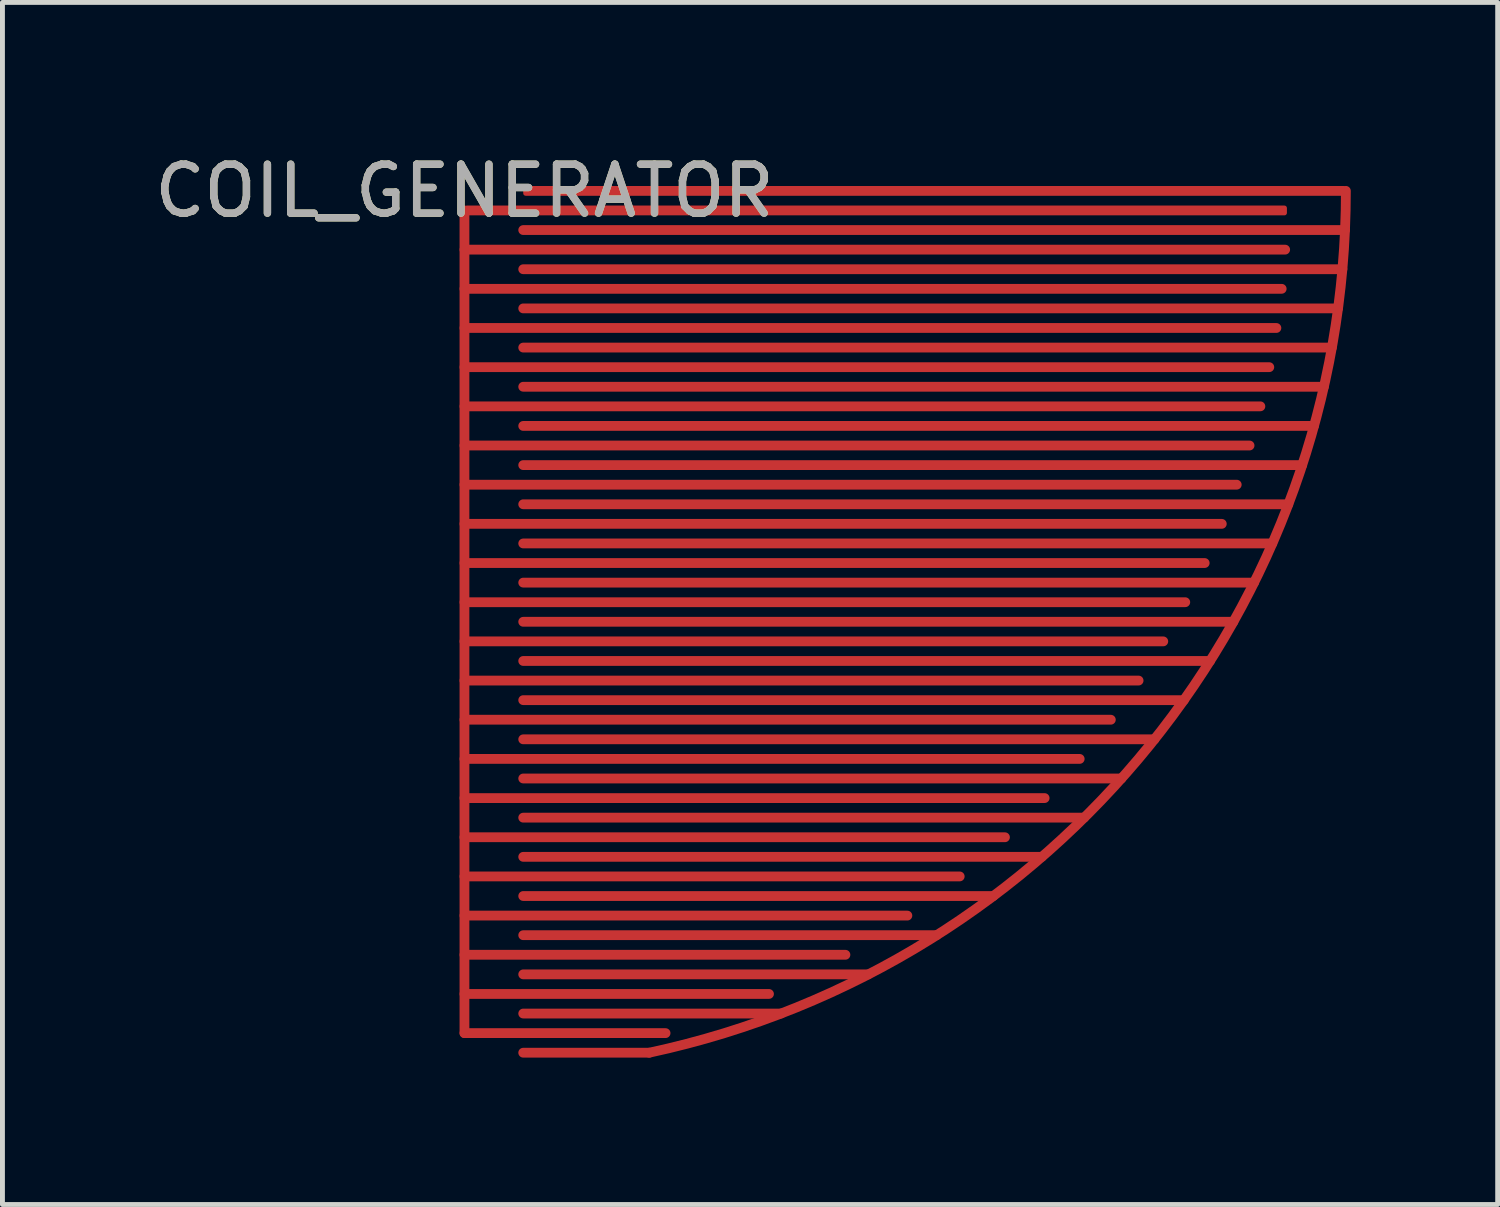
<source format=kicad_pcb>
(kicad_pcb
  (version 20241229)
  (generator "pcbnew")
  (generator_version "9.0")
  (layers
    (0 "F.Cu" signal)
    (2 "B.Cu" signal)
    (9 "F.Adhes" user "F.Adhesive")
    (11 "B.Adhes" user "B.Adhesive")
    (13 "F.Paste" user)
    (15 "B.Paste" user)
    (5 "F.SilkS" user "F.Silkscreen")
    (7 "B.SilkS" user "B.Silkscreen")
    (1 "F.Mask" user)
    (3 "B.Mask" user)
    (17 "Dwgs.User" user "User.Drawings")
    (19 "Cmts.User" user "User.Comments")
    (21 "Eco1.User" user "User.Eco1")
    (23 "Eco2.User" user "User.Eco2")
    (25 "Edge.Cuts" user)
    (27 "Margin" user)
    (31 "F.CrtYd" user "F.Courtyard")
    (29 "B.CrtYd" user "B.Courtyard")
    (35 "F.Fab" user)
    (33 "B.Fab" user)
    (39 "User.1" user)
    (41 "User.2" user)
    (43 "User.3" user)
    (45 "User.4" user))
  (footprint "COIL_GENERATOR"
    (layer "F.Cu")
    (at 6.435 0.848)
    (property "Reference" "COIL_GENERATOR" (at 0 0 0) (unlocked yes) (layer "F.SilkS") (effects (font (size 1 1) (thickness 0.15))))
    (attr smd exclude_from_pos_files exclude_from_bom allow_missing_courtyard)
    (fp_line (start 0 0.4) (end 0 17.2) (stroke (width 0.2) (type default)) (layer "F.Cu"))
    (fp_line (start 0 1.2) (end 16.76 1.2) (stroke (width 0.2) (type default)) (layer "F.Cu"))
    (fp_line (start 0 2) (end 16.689 2) (stroke (width 0.2) (type default)) (layer "F.Cu"))
    (fp_line (start 0 2.8) (end 16.581 2.8) (stroke (width 0.2) (type default)) (layer "F.Cu"))
    (fp_line (start 0 3.6) (end 16.436 3.6) (stroke (width 0.2) (type default)) (layer "F.Cu"))
    (fp_line (start 0 4.4) (end 16.254 4.4) (stroke (width 0.2) (type default)) (layer "F.Cu"))
    (fp_line (start 0 5.2) (end 16.033 5.2) (stroke (width 0.2) (type default)) (layer "F.Cu"))
    (fp_line (start 0 6) (end 15.771 6) (stroke (width 0.2) (type default)) (layer "F.Cu"))
    (fp_line (start 0 6.8) (end 15.466 6.8) (stroke (width 0.2) (type default)) (layer "F.Cu"))
    (fp_line (start 0 7.6) (end 15.117 7.6) (stroke (width 0.2) (type default)) (layer "F.Cu"))
    (fp_line (start 0 8.4) (end 14.72 8.4) (stroke (width 0.2) (type default)) (layer "F.Cu"))
    (fp_line (start 0 9.2) (end 14.271 9.2) (stroke (width 0.2) (type default)) (layer "F.Cu"))
    (fp_line (start 0 10) (end 13.767 10) (stroke (width 0.2) (type default)) (layer "F.Cu"))
    (fp_line (start 0 10.8) (end 13.2 10.8) (stroke (width 0.2) (type default)) (layer "F.Cu"))
    (fp_line (start 0 11.6) (end 12.564 11.6) (stroke (width 0.2) (type default)) (layer "F.Cu"))
    (fp_line (start 0 12.4) (end 11.848 12.4) (stroke (width 0.2) (type default)) (layer "F.Cu"))
    (fp_line (start 0 13.2) (end 11.038 13.2) (stroke (width 0.2) (type default)) (layer "F.Cu"))
    (fp_line (start 0 14) (end 10.114 14) (stroke (width 0.2) (type default)) (layer "F.Cu"))
    (fp_line (start 0 14.8) (end 9.045 14.8) (stroke (width 0.2) (type default)) (layer "F.Cu"))
    (fp_line (start 0 15.6) (end 7.78 15.6) (stroke (width 0.2) (type default)) (layer "F.Cu"))
    (fp_line (start 0 16.4) (end 6.219 16.4) (stroke (width 0.2) (type default)) (layer "F.Cu"))
    (fp_line (start 0 17.2) (end 4.107 17.2) (stroke (width 0.2) (type default)) (layer "F.Cu"))
    (fp_line (start 1.2 0.8) (end 17.982 0.8) (stroke (width 0.2) (type default)) (layer "F.Cu"))
    (fp_line (start 1.2 1.6) (end 17.929 1.6) (stroke (width 0.2) (type default)) (layer "F.Cu"))
    (fp_line (start 1.2 2.4) (end 17.839 2.4) (stroke (width 0.2) (type default)) (layer "F.Cu"))
    (fp_line (start 1.2 3.2) (end 17.713 3.2) (stroke (width 0.2) (type default)) (layer "F.Cu"))
    (fp_line (start 1.2 4) (end 17.55 4) (stroke (width 0.2) (type default)) (layer "F.Cu"))
    (fp_line (start 1.2 4.8) (end 17.348 4.8) (stroke (width 0.2) (type default)) (layer "F.Cu"))
    (fp_line (start 1.2 5.6) (end 17.107 5.6) (stroke (width 0.2) (type default)) (layer "F.Cu"))
    (fp_line (start 1.2 6.4) (end 16.824 6.4) (stroke (width 0.2) (type default)) (layer "F.Cu"))
    (fp_line (start 1.2 7.2) (end 16.497 7.2) (stroke (width 0.2) (type default)) (layer "F.Cu"))
    (fp_line (start 1.2 8) (end 16.125 8) (stroke (width 0.2) (type default)) (layer "F.Cu"))
    (fp_line (start 1.2 8.8) (end 15.702 8.8) (stroke (width 0.2) (type default)) (layer "F.Cu"))
    (fp_line (start 1.2 9.6) (end 15.226 9.6) (stroke (width 0.2) (type default)) (layer "F.Cu"))
    (fp_line (start 1.2 10.4) (end 14.691 10.4) (stroke (width 0.2) (type default)) (layer "F.Cu"))
    (fp_line (start 1.2 11.2) (end 14.091 11.2) (stroke (width 0.2) (type default)) (layer "F.Cu"))
    (fp_line (start 1.2 12) (end 13.416 12) (stroke (width 0.2) (type default)) (layer "F.Cu"))
    (fp_line (start 1.2 12.8) (end 12.655 12.8) (stroke (width 0.2) (type default)) (layer "F.Cu"))
    (fp_line (start 1.2 13.6) (end 11.792 13.6) (stroke (width 0.2) (type default)) (layer "F.Cu"))
    (fp_line (start 1.2 14.4) (end 10.8 14.4) (stroke (width 0.2) (type default)) (layer "F.Cu"))
    (fp_line (start 1.2 15.2) (end 9.642 15.2) (stroke (width 0.2) (type default)) (layer "F.Cu"))
    (fp_line (start 1.2 16) (end 8.246 16) (stroke (width 0.2) (type default)) (layer "F.Cu"))
    (fp_line (start 1.2 16.8) (end 6.462 16.8) (stroke (width 0.2) (type default)) (layer "F.Cu"))
    (fp_line (start 1.2 17.6) (end 3.774 17.6) (stroke (width 0.2) (type default)) (layer "F.Cu"))
    (fp_arc (start 18 0) (mid 12.728 12.728) (end 3.774 17.6) (stroke (width 0.2) (type default)) (layer "F.Cu"))
    (fp_text user "${REFERENCE}" (at 0 0 0) (unlocked yes) (layer "F.Fab") (effects (font (size 1 1) (thickness 0.15))))
    (pad "1" smd roundrect (at 8.398 0.4) (size 16.796 0.2) (layers "F.Cu") (roundrect_rratio 0.25))
    (pad "2" smd roundrect (at 9.6 0) (size 16.8 0.2) (layers "F.Cu") (roundrect_rratio 0.25)))
  (gr_rect
    (start -3 -3)
    (end 27.535 21.548)
    (stroke (width 0.1) (type default))
    (fill no)
    (layer "Edge.Cuts")))
</source>
